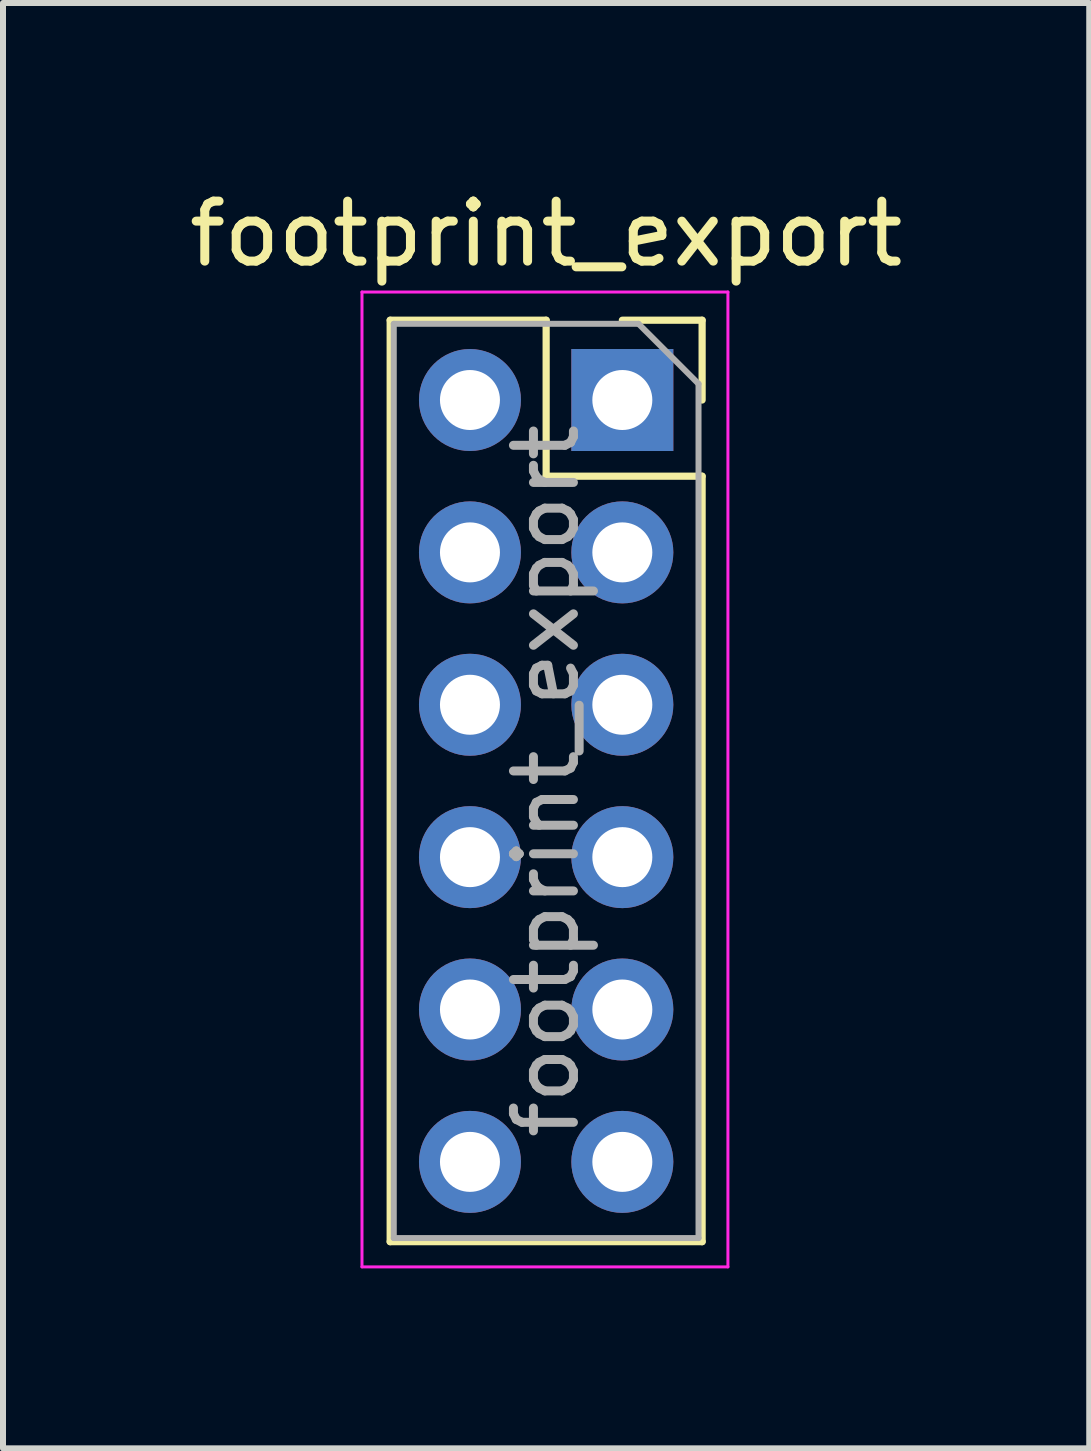
<source format=kicad_pcb>
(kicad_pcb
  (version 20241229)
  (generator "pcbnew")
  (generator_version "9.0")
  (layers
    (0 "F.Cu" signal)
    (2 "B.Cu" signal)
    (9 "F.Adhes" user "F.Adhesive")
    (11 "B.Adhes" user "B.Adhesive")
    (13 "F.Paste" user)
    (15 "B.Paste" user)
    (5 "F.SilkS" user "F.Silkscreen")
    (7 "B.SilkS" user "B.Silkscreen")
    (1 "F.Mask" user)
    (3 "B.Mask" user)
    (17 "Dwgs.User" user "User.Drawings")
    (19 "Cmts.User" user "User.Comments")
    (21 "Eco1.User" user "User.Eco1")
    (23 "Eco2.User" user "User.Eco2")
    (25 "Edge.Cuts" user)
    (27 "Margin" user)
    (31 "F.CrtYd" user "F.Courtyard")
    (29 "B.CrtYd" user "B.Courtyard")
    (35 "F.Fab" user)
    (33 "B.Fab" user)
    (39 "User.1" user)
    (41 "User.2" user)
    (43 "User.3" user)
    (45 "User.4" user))
  (footprint "footprint_export"
    (layer "F.Cu")
    (at 7.324 3.618)
    (property "Reference" "footprint_export" (at -1.27 -2.77 0) (layer "F.SilkS") (effects (font (size 1 1) (thickness 0.15))))
    (attr through_hole)
    (fp_line (start -3.87 -1.33) (end -3.87 14.03) (stroke (width 0.12) (type solid)) (layer "F.SilkS"))
    (fp_line (start -3.87 -1.33) (end -1.27 -1.33) (stroke (width 0.12) (type solid)) (layer "F.SilkS"))
    (fp_line (start -3.87 14.03) (end 1.33 14.03) (stroke (width 0.12) (type solid)) (layer "F.SilkS"))
    (fp_line (start -1.27 -1.33) (end -1.27 1.27) (stroke (width 0.12) (type solid)) (layer "F.SilkS"))
    (fp_line (start -1.27 1.27) (end 1.33 1.27) (stroke (width 0.12) (type solid)) (layer "F.SilkS"))
    (fp_line (start 0 -1.33) (end 1.33 -1.33) (stroke (width 0.12) (type solid)) (layer "F.SilkS"))
    (fp_line (start 1.33 -1.33) (end 1.33 0) (stroke (width 0.12) (type solid)) (layer "F.SilkS"))
    (fp_line (start 1.33 1.27) (end 1.33 14.03) (stroke (width 0.12) (type solid)) (layer "F.SilkS"))
    (fp_line (start -4.34 -1.8) (end 1.76 -1.8) (stroke (width 0.05) (type solid)) (layer "F.CrtYd"))
    (fp_line (start -4.34 14.45) (end -4.34 -1.8) (stroke (width 0.05) (type solid)) (layer "F.CrtYd"))
    (fp_line (start 1.76 -1.8) (end 1.76 14.45) (stroke (width 0.05) (type solid)) (layer "F.CrtYd"))
    (fp_line (start 1.76 14.45) (end -4.34 14.45) (stroke (width 0.05) (type solid)) (layer "F.CrtYd"))
    (fp_line (start -3.81 -1.27) (end 0.27 -1.27) (stroke (width 0.1) (type solid)) (layer "F.Fab"))
    (fp_line (start -3.81 13.97) (end -3.81 -1.27) (stroke (width 0.1) (type solid)) (layer "F.Fab"))
    (fp_line (start 0.27 -1.27) (end 1.27 -0.27) (stroke (width 0.1) (type solid)) (layer "F.Fab"))
    (fp_line (start 1.27 -0.27) (end 1.27 13.97) (stroke (width 0.1) (type solid)) (layer "F.Fab"))
    (fp_line (start 1.27 13.97) (end -3.81 13.97) (stroke (width 0.1) (type solid)) (layer "F.Fab"))
    (fp_text user "${REFERENCE}" (at -1.27 6.35 90) (layer "F.Fab") (effects (font (size 1 1) (thickness 0.15))))
    (pad "1" thru_hole rect (at 0 0) (size 1.7 1.7) (drill 1) (layers "*.Cu" "*.Mask"))
    (pad "2" thru_hole oval (at -2.54 0) (size 1.7 1.7) (drill 1) (layers "*.Cu" "*.Mask"))
    (pad "3" thru_hole oval (at 0 2.54) (size 1.7 1.7) (drill 1) (layers "*.Cu" "*.Mask"))
    (pad "4" thru_hole oval (at -2.54 2.54) (size 1.7 1.7) (drill 1) (layers "*.Cu" "*.Mask"))
    (pad "5" thru_hole oval (at 0 5.08) (size 1.7 1.7) (drill 1) (layers "*.Cu" "*.Mask"))
    (pad "6" thru_hole oval (at -2.54 5.08) (size 1.7 1.7) (drill 1) (layers "*.Cu" "*.Mask"))
    (pad "7" thru_hole oval (at 0 7.62) (size 1.7 1.7) (drill 1) (layers "*.Cu" "*.Mask"))
    (pad "8" thru_hole oval (at -2.54 7.62) (size 1.7 1.7) (drill 1) (layers "*.Cu" "*.Mask"))
    (pad "9" thru_hole oval (at 0 10.16) (size 1.7 1.7) (drill 1) (layers "*.Cu" "*.Mask"))
    (pad "10" thru_hole oval (at -2.54 10.16) (size 1.7 1.7) (drill 1) (layers "*.Cu" "*.Mask"))
    (pad "11" thru_hole oval (at 0 12.7) (size 1.7 1.7) (drill 1) (layers "*.Cu" "*.Mask"))
    (pad "12" thru_hole oval (at -2.54 12.7) (size 1.7 1.7) (drill 1) (layers "*.Cu" "*.Mask")))
  (gr_rect
    (start -3 -3)
    (end 15.107 21.093)
    (stroke (width 0.1) (type default))
    (fill no)
    (layer "Edge.Cuts")))
</source>
